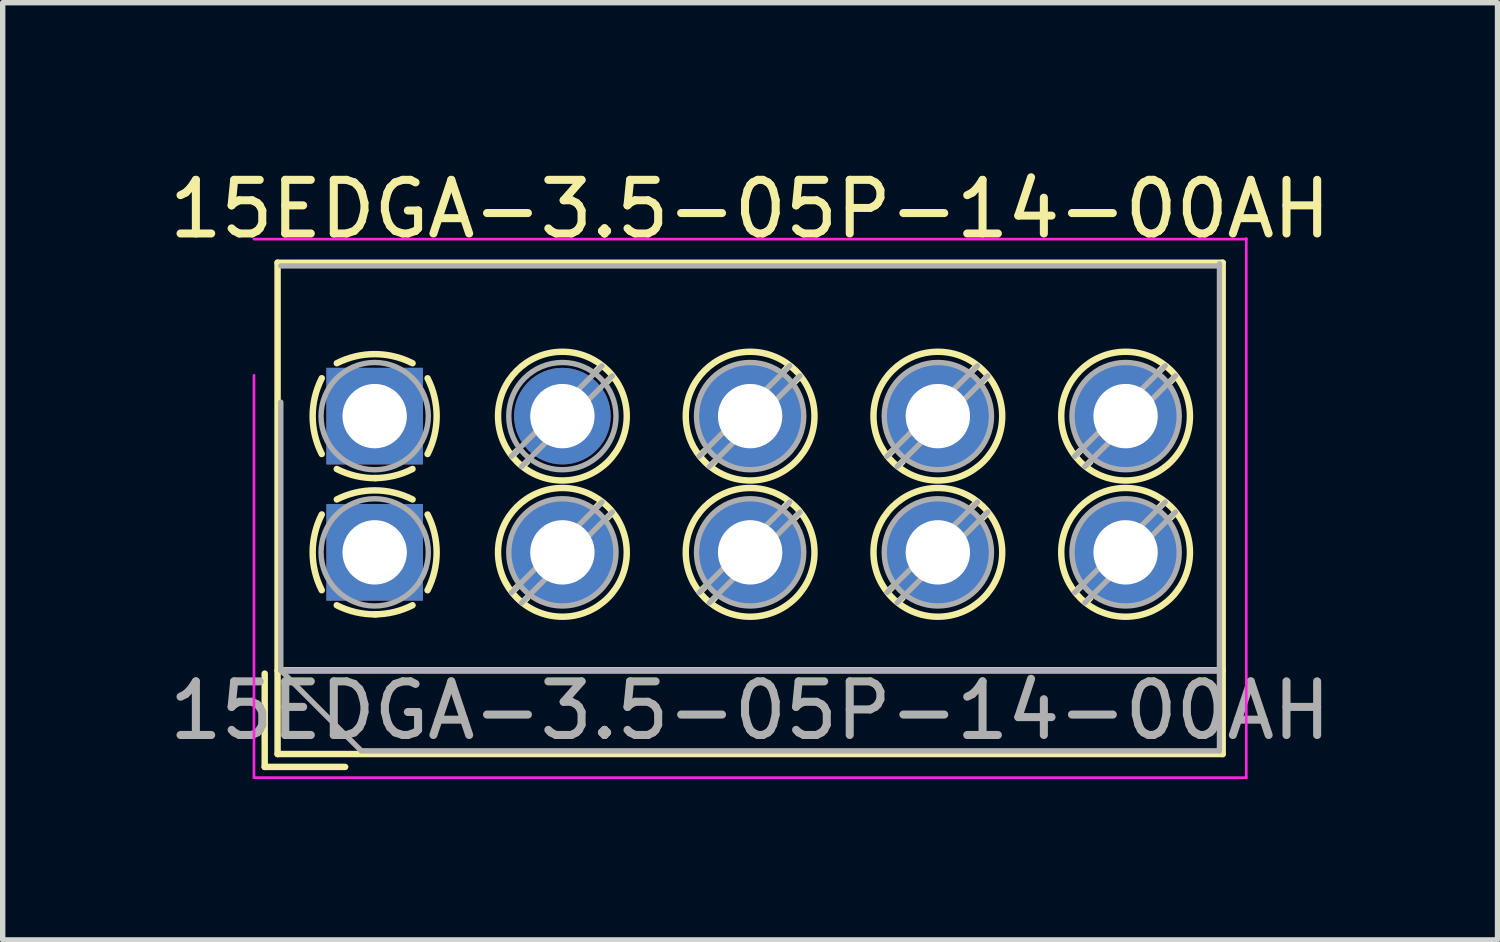
<source format=kicad_pcb>
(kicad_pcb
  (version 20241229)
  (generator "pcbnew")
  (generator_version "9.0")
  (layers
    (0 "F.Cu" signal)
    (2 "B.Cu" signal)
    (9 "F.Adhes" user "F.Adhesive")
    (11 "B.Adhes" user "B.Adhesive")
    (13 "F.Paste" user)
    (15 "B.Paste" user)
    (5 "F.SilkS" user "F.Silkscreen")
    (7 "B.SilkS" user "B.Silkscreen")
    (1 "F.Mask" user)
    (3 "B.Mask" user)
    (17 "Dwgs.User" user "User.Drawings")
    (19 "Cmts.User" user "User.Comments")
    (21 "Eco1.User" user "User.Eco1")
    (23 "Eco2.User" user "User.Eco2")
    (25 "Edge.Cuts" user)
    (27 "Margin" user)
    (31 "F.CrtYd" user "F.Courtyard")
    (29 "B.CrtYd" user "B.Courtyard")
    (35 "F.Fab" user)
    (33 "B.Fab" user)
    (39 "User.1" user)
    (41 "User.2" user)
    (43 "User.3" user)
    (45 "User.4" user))
  (footprint "15EDGA-3.5-05P-14-00AH"
    (layer "F.Cu")
    (at 3.935 7.248)
    (property "Reference" "15EDGA-3.5-05P-14-00AH" (at 7 -6.4 0) (layer "F.SilkS") (effects (font (size 1 1) (thickness 0.15))))
    (attr through_hole)
    (fp_line (start -2.05 2.26) (end -2.05 4) (stroke (width 0.12) (type solid)) (layer "F.SilkS"))
    (fp_line (start -2.05 4) (end -0.55 4) (stroke (width 0.12) (type solid)) (layer "F.SilkS"))
    (fp_line (start -1.81 -5.4) (end -1.81 3.76) (stroke (width 0.12) (type solid)) (layer "F.SilkS"))
    (fp_line (start -1.81 -5.4) (end 15.81 -5.4) (stroke (width 0.12) (type solid)) (layer "F.SilkS"))
    (fp_line (start -1.81 2.2) (end 15.81 2.2) (stroke (width 0.12) (type solid)) (layer "F.SilkS"))
    (fp_line (start -1.81 3.76) (end 15.81 3.76) (stroke (width 0.12) (type solid)) (layer "F.SilkS"))
    (fp_line (start 2.65 -1.89) (end 2.574 -1.814) (stroke (width 0.12) (type solid)) (layer "F.SilkS"))
    (fp_line (start 2.65 0.65) (end 2.574 0.726) (stroke (width 0.12) (type solid)) (layer "F.SilkS"))
    (fp_line (start 2.84 -1.69) (end 2.786 -1.635) (stroke (width 0.12) (type solid)) (layer "F.SilkS"))
    (fp_line (start 2.84 0.85) (end 2.786 0.905) (stroke (width 0.12) (type solid)) (layer "F.SilkS"))
    (fp_line (start 4.19 -3.44) (end 4.136 -3.386) (stroke (width 0.12) (type solid)) (layer "F.SilkS"))
    (fp_line (start 4.19 -0.9) (end 4.136 -0.846) (stroke (width 0.12) (type solid)) (layer "F.SilkS"))
    (fp_line (start 4.41 -3.26) (end 4.334 -3.184) (stroke (width 0.12) (type solid)) (layer "F.SilkS"))
    (fp_line (start 4.41 -0.72) (end 4.334 -0.644) (stroke (width 0.12) (type solid)) (layer "F.SilkS"))
    (fp_line (start 6.15 -1.89) (end 6.074 -1.814) (stroke (width 0.12) (type solid)) (layer "F.SilkS"))
    (fp_line (start 6.15 0.65) (end 6.074 0.726) (stroke (width 0.12) (type solid)) (layer "F.SilkS"))
    (fp_line (start 6.34 -1.69) (end 6.286 -1.635) (stroke (width 0.12) (type solid)) (layer "F.SilkS"))
    (fp_line (start 6.34 0.85) (end 6.286 0.905) (stroke (width 0.12) (type solid)) (layer "F.SilkS"))
    (fp_line (start 7.69 -3.44) (end 7.636 -3.386) (stroke (width 0.12) (type solid)) (layer "F.SilkS"))
    (fp_line (start 7.69 -0.9) (end 7.636 -0.846) (stroke (width 0.12) (type solid)) (layer "F.SilkS"))
    (fp_line (start 7.91 -3.26) (end 7.834 -3.184) (stroke (width 0.12) (type solid)) (layer "F.SilkS"))
    (fp_line (start 7.91 -0.72) (end 7.834 -0.644) (stroke (width 0.12) (type solid)) (layer "F.SilkS"))
    (fp_line (start 9.65 -1.89) (end 9.574 -1.814) (stroke (width 0.12) (type solid)) (layer "F.SilkS"))
    (fp_line (start 9.65 0.65) (end 9.574 0.726) (stroke (width 0.12) (type solid)) (layer "F.SilkS"))
    (fp_line (start 9.84 -1.69) (end 9.786 -1.635) (stroke (width 0.12) (type solid)) (layer "F.SilkS"))
    (fp_line (start 9.84 0.85) (end 9.786 0.905) (stroke (width 0.12) (type solid)) (layer "F.SilkS"))
    (fp_line (start 11.19 -3.44) (end 11.136 -3.386) (stroke (width 0.12) (type solid)) (layer "F.SilkS"))
    (fp_line (start 11.19 -0.9) (end 11.136 -0.846) (stroke (width 0.12) (type solid)) (layer "F.SilkS"))
    (fp_line (start 11.41 -3.26) (end 11.334 -3.184) (stroke (width 0.12) (type solid)) (layer "F.SilkS"))
    (fp_line (start 11.41 -0.72) (end 11.334 -0.644) (stroke (width 0.12) (type solid)) (layer "F.SilkS"))
    (fp_line (start 13.15 -1.89) (end 13.074 -1.814) (stroke (width 0.12) (type solid)) (layer "F.SilkS"))
    (fp_line (start 13.15 0.65) (end 13.074 0.726) (stroke (width 0.12) (type solid)) (layer "F.SilkS"))
    (fp_line (start 13.34 -1.69) (end 13.286 -1.635) (stroke (width 0.12) (type solid)) (layer "F.SilkS"))
    (fp_line (start 13.34 0.85) (end 13.286 0.905) (stroke (width 0.12) (type solid)) (layer "F.SilkS"))
    (fp_line (start 14.69 -3.44) (end 14.636 -3.386) (stroke (width 0.12) (type solid)) (layer "F.SilkS"))
    (fp_line (start 14.69 -0.9) (end 14.636 -0.846) (stroke (width 0.12) (type solid)) (layer "F.SilkS"))
    (fp_line (start 14.91 -3.26) (end 14.834 -3.184) (stroke (width 0.12) (type solid)) (layer "F.SilkS"))
    (fp_line (start 14.91 -0.72) (end 14.834 -0.644) (stroke (width 0.12) (type solid)) (layer "F.SilkS"))
    (fp_line (start 15.81 -5.4) (end 15.81 3.76) (stroke (width 0.12) (type solid)) (layer "F.SilkS"))
    (fp_arc (start -0.986645 -1.834267) (mid -1.155906 -2.540711) (end -0.986 -3.247) (stroke (width 0.12) (type solid)) (layer "F.SilkS"))
    (fp_arc (start -0.986645 0.705733) (mid -1.155906 -0.000711) (end -0.986 -0.707) (stroke (width 0.12) (type solid)) (layer "F.SilkS"))
    (fp_arc (start -0.705733 -3.526645) (mid 0.000711 -3.695906) (end 0.707 -3.526) (stroke (width 0.12) (type solid)) (layer "F.SilkS"))
    (fp_arc (start -0.705733 -0.986645) (mid 0.000711 -1.155906) (end 0.707 -0.986) (stroke (width 0.12) (type solid)) (layer "F.SilkS"))
    (fp_arc (start 0.026444 -1.384318) (mid -0.350695 -1.424131) (end -0.707 -1.554) (stroke (width 0.12) (type solid)) (layer "F.SilkS"))
    (fp_arc (start 0.026444 1.155682) (mid -0.350695 1.115869) (end -0.707 0.986) (stroke (width 0.12) (type solid)) (layer "F.SilkS"))
    (fp_arc (start 0.705955 -1.554485) (mid 0.363007 -1.427965) (end 0 -1.385) (stroke (width 0.12) (type solid)) (layer "F.SilkS"))
    (fp_arc (start 0.705955 0.985515) (mid 0.363007 1.112035) (end 0 1.155) (stroke (width 0.12) (type solid)) (layer "F.SilkS"))
    (fp_arc (start 0.986645 -3.245733) (mid 1.155906 -2.539289) (end 0.986 -1.833) (stroke (width 0.12) (type solid)) (layer "F.SilkS"))
    (fp_arc (start 0.986645 -0.705733) (mid 1.155906 0.000711) (end 0.986 0.707) (stroke (width 0.12) (type solid)) (layer "F.SilkS"))
    (fp_circle (center 3.5 -2.54) (end 4.7 -2.54) (stroke (width 0.12) (type solid)) (fill no) (layer "F.SilkS"))
    (fp_circle (center 3.5 0) (end 4.7 0) (stroke (width 0.12) (type solid)) (fill no) (layer "F.SilkS"))
    (fp_circle (center 7 -2.54) (end 8.2 -2.54) (stroke (width 0.12) (type solid)) (fill no) (layer "F.SilkS"))
    (fp_circle (center 7 0) (end 8.2 0) (stroke (width 0.12) (type solid)) (fill no) (layer "F.SilkS"))
    (fp_circle (center 10.5 -2.54) (end 11.7 -2.54) (stroke (width 0.12) (type solid)) (fill no) (layer "F.SilkS"))
    (fp_circle (center 10.5 0) (end 11.7 0) (stroke (width 0.12) (type solid)) (fill no) (layer "F.SilkS"))
    (fp_circle (center 14 -2.54) (end 15.2 -2.54) (stroke (width 0.12) (type solid)) (fill no) (layer "F.SilkS"))
    (fp_circle (center 14 0) (end 15.2 0) (stroke (width 0.12) (type solid)) (fill no) (layer "F.SilkS"))
    (fp_line (start -2.25 -3.3) (end -2.25 4.2) (stroke (width 0.05) (type solid)) (layer "F.CrtYd"))
    (fp_line (start -2.25 4.2) (end 16.25 4.2) (stroke (width 0.05) (type solid)) (layer "F.CrtYd"))
    (fp_line (start 16.25 -5.84) (end -2.25 -5.84) (stroke (width 0.05) (type solid)) (layer "F.CrtYd"))
    (fp_line (start 16.25 4.2) (end 16.25 -5.85) (stroke (width 0.05) (type solid)) (layer "F.CrtYd"))
    (fp_line (start -1.75 -5.34) (end 15.75 -5.34) (stroke (width 0.1) (type solid)) (layer "F.Fab"))
    (fp_line (start -1.75 2.2) (end -1.75 -2.8) (stroke (width 0.1) (type solid)) (layer "F.Fab"))
    (fp_line (start -1.75 2.2) (end 15.75 2.2) (stroke (width 0.1) (type solid)) (layer "F.Fab"))
    (fp_line (start -0.25 3.7) (end -1.75 2.2) (stroke (width 0.1) (type solid)) (layer "F.Fab"))
    (fp_line (start 4.238 -3.478) (end 2.55 -1.79) (stroke (width 0.1) (type solid)) (layer "F.Fab"))
    (fp_line (start 4.238 -0.938) (end 2.55 0.75) (stroke (width 0.1) (type solid)) (layer "F.Fab"))
    (fp_line (start 4.43 -3.29) (end 2.74 -1.6) (stroke (width 0.1) (type solid)) (layer "F.Fab"))
    (fp_line (start 4.43 -0.75) (end 2.74 0.94) (stroke (width 0.1) (type solid)) (layer "F.Fab"))
    (fp_line (start 7.738 -3.478) (end 6.05 -1.79) (stroke (width 0.1) (type solid)) (layer "F.Fab"))
    (fp_line (start 7.738 -0.938) (end 6.05 0.75) (stroke (width 0.1) (type solid)) (layer "F.Fab"))
    (fp_line (start 7.93 -3.29) (end 6.24 -1.6) (stroke (width 0.1) (type solid)) (layer "F.Fab"))
    (fp_line (start 7.93 -0.75) (end 6.24 0.94) (stroke (width 0.1) (type solid)) (layer "F.Fab"))
    (fp_line (start 11.238 -3.478) (end 9.55 -1.79) (stroke (width 0.1) (type solid)) (layer "F.Fab"))
    (fp_line (start 11.238 -0.938) (end 9.55 0.75) (stroke (width 0.1) (type solid)) (layer "F.Fab"))
    (fp_line (start 11.43 -3.29) (end 9.74 -1.6) (stroke (width 0.1) (type solid)) (layer "F.Fab"))
    (fp_line (start 11.43 -0.75) (end 9.74 0.94) (stroke (width 0.1) (type solid)) (layer "F.Fab"))
    (fp_line (start 14.738 -3.478) (end 13.05 -1.79) (stroke (width 0.1) (type solid)) (layer "F.Fab"))
    (fp_line (start 14.738 -0.938) (end 13.05 0.75) (stroke (width 0.1) (type solid)) (layer "F.Fab"))
    (fp_line (start 14.93 -3.29) (end 13.24 -1.6) (stroke (width 0.1) (type solid)) (layer "F.Fab"))
    (fp_line (start 14.93 -0.75) (end 13.24 0.94) (stroke (width 0.1) (type solid)) (layer "F.Fab"))
    (fp_line (start 15.75 -5.38) (end 15.75 3.7) (stroke (width 0.1) (type solid)) (layer "F.Fab"))
    (fp_line (start 15.75 3.7) (end -0.25 3.7) (stroke (width 0.1) (type solid)) (layer "F.Fab"))
    (fp_circle (center 0 -2.54) (end 1 -2.54) (stroke (width 0.1) (type solid)) (fill no) (layer "F.Fab"))
    (fp_circle (center 0 0) (end 1 0) (stroke (width 0.1) (type solid)) (fill no) (layer "F.Fab"))
    (fp_circle (center 3.5 -2.54) (end 4.5 -2.54) (stroke (width 0.1) (type solid)) (fill no) (layer "F.Fab"))
    (fp_circle (center 3.5 0) (end 4.5 0) (stroke (width 0.1) (type solid)) (fill no) (layer "F.Fab"))
    (fp_circle (center 7 -2.54) (end 8 -2.54) (stroke (width 0.1) (type solid)) (fill no) (layer "F.Fab"))
    (fp_circle (center 7 0) (end 8 0) (stroke (width 0.1) (type solid)) (fill no) (layer "F.Fab"))
    (fp_circle (center 10.5 -2.54) (end 11.5 -2.54) (stroke (width 0.1) (type solid)) (fill no) (layer "F.Fab"))
    (fp_circle (center 10.5 0) (end 11.5 0) (stroke (width 0.1) (type solid)) (fill no) (layer "F.Fab"))
    (fp_circle (center 14 -2.54) (end 15 -2.54) (stroke (width 0.1) (type solid)) (fill no) (layer "F.Fab"))
    (fp_circle (center 14 0) (end 15 0) (stroke (width 0.1) (type solid)) (fill no) (layer "F.Fab"))
    (fp_text user "${REFERENCE}" (at 7 2.95 0) (layer "F.Fab") (effects (font (size 1 1) (thickness 0.15))))
    (pad "1" thru_hole rect (at 0 0) (size 1.8 1.8) (drill 1.2) (layers "*.Cu" "*.Mask"))
    (pad "2" thru_hole rect (at 0 -2.54) (size 1.8 1.8) (drill 1.2) (layers "*.Cu" "*.Mask"))
    (pad "3" thru_hole circle (at 3.5 0) (size 2 2) (drill 1.2) (layers "*.Cu" "*.Mask"))
    (pad "4" thru_hole circle (at 3.5 -2.54) (size 1.8 1.8) (drill 1.2) (layers "*.Cu" "*.Mask"))
    (pad "5" thru_hole circle (at 7 0) (size 2 2) (drill 1.2) (layers "*.Cu" "*.Mask"))
    (pad "6" thru_hole circle (at 7 -2.54) (size 2 2) (drill 1.2) (layers "*.Cu" "*.Mask"))
    (pad "7" thru_hole circle (at 10.5 0) (size 2 2) (drill 1.2) (layers "*.Cu" "*.Mask"))
    (pad "8" thru_hole circle (at 10.5 -2.54) (size 2 2) (drill 1.2) (layers "*.Cu" "*.Mask"))
    (pad "9" thru_hole circle (at 14 0) (size 2 2) (drill 1.2) (layers "*.Cu" "*.Mask"))
    (pad "10" thru_hole circle (at 14 -2.54) (size 2 2) (drill 1.2) (layers "*.Cu" "*.Mask")))
  (gr_rect
    (start -3 -3)
    (end 24.869 14.473)
    (stroke (width 0.1) (type default))
    (fill no)
    (layer "Edge.Cuts")))
</source>
